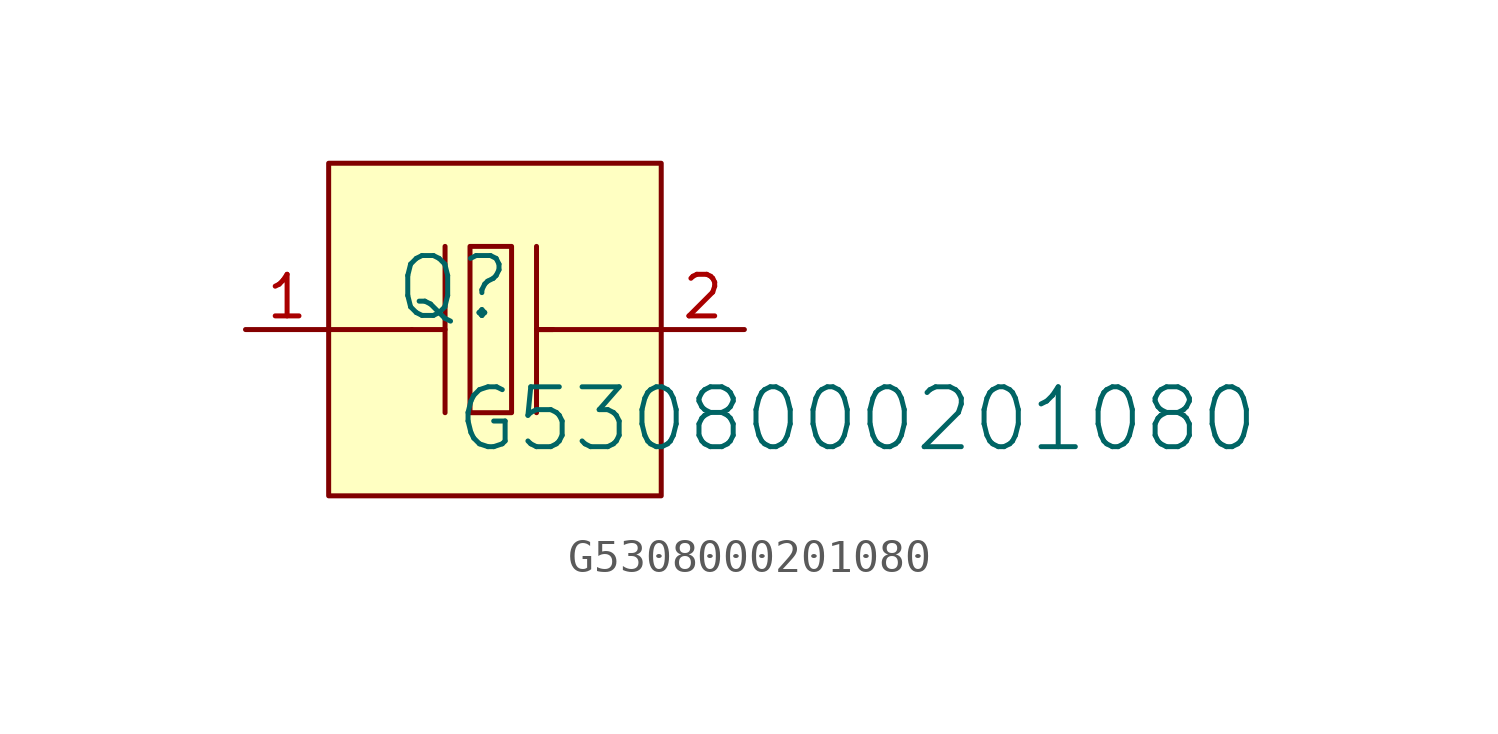
<source format=kicad_sym>
(kicad_symbol_lib
  (version 20241209)
  (generator "kicad_symbol_editor")
  (generator_version "9.0")
  (symbol "G5308000201080"
    (pin_names
      (hide yes))
    (property "Reference" "Q"
      (at -1.27 1.27 0)
      (effects (font (size 1.829 1.829))))
    (property "Value" "G5308000201080"
      (at -1.27 -3.81 0)
      (effects (font (size 1.829 1.829)) (justify left bottom)))
    (symbol "G5308000201080_1_0"
      (polyline (pts (xy -2.54 0) (xy -5.08 0)) (stroke (width 0) (type solid)) (fill (type none)))
      (polyline (pts (xy -2.54 0) (xy -1.524 0)) (stroke (width 0) (type solid)) (fill (type none)))
      (polyline (pts (xy -1.524 2.54) (xy -1.524 -2.54)) (stroke (width 0) (type solid)) (fill (type none)))
      (polyline (pts (xy -0.762 2.54) (xy -0.762 -2.54) (xy 0.508 -2.54) (xy 0.508 2.54) (xy -0.762 2.54)) (stroke (width 0) (type solid)) (fill (type none)))
      (polyline (pts (xy 1.27 2.54) (xy 1.27 -2.54)) (stroke (width 0) (type solid)) (fill (type none)))
      (polyline (pts (xy 1.27 0) (xy 5.08 0)) (stroke (width 0) (type solid)) (fill (type none)))
      (polyline (pts (xy 1.778 0) (xy 1.27 0)) (stroke (width 0) (type solid)) (fill (type none)))
      (rectangle (start 5.08 5.08) (end -5.08 -5.08) (stroke (width 0) (type solid) (color 128 0 0 1)) (fill (type background)))
      (pin passive line (at -7.62 0 0) (length 2.54) (name "" (effects (font (size 1.27 1.27)))) (number "1" (effects (font (size 1.27 1.27)))))
      (pin passive line (at 7.62 0 180) (length 2.54) (name "NC" (effects (font (size 1.27 1.27)))) (number "2" (effects (font (size 1.27 1.27))))))))
</source>
